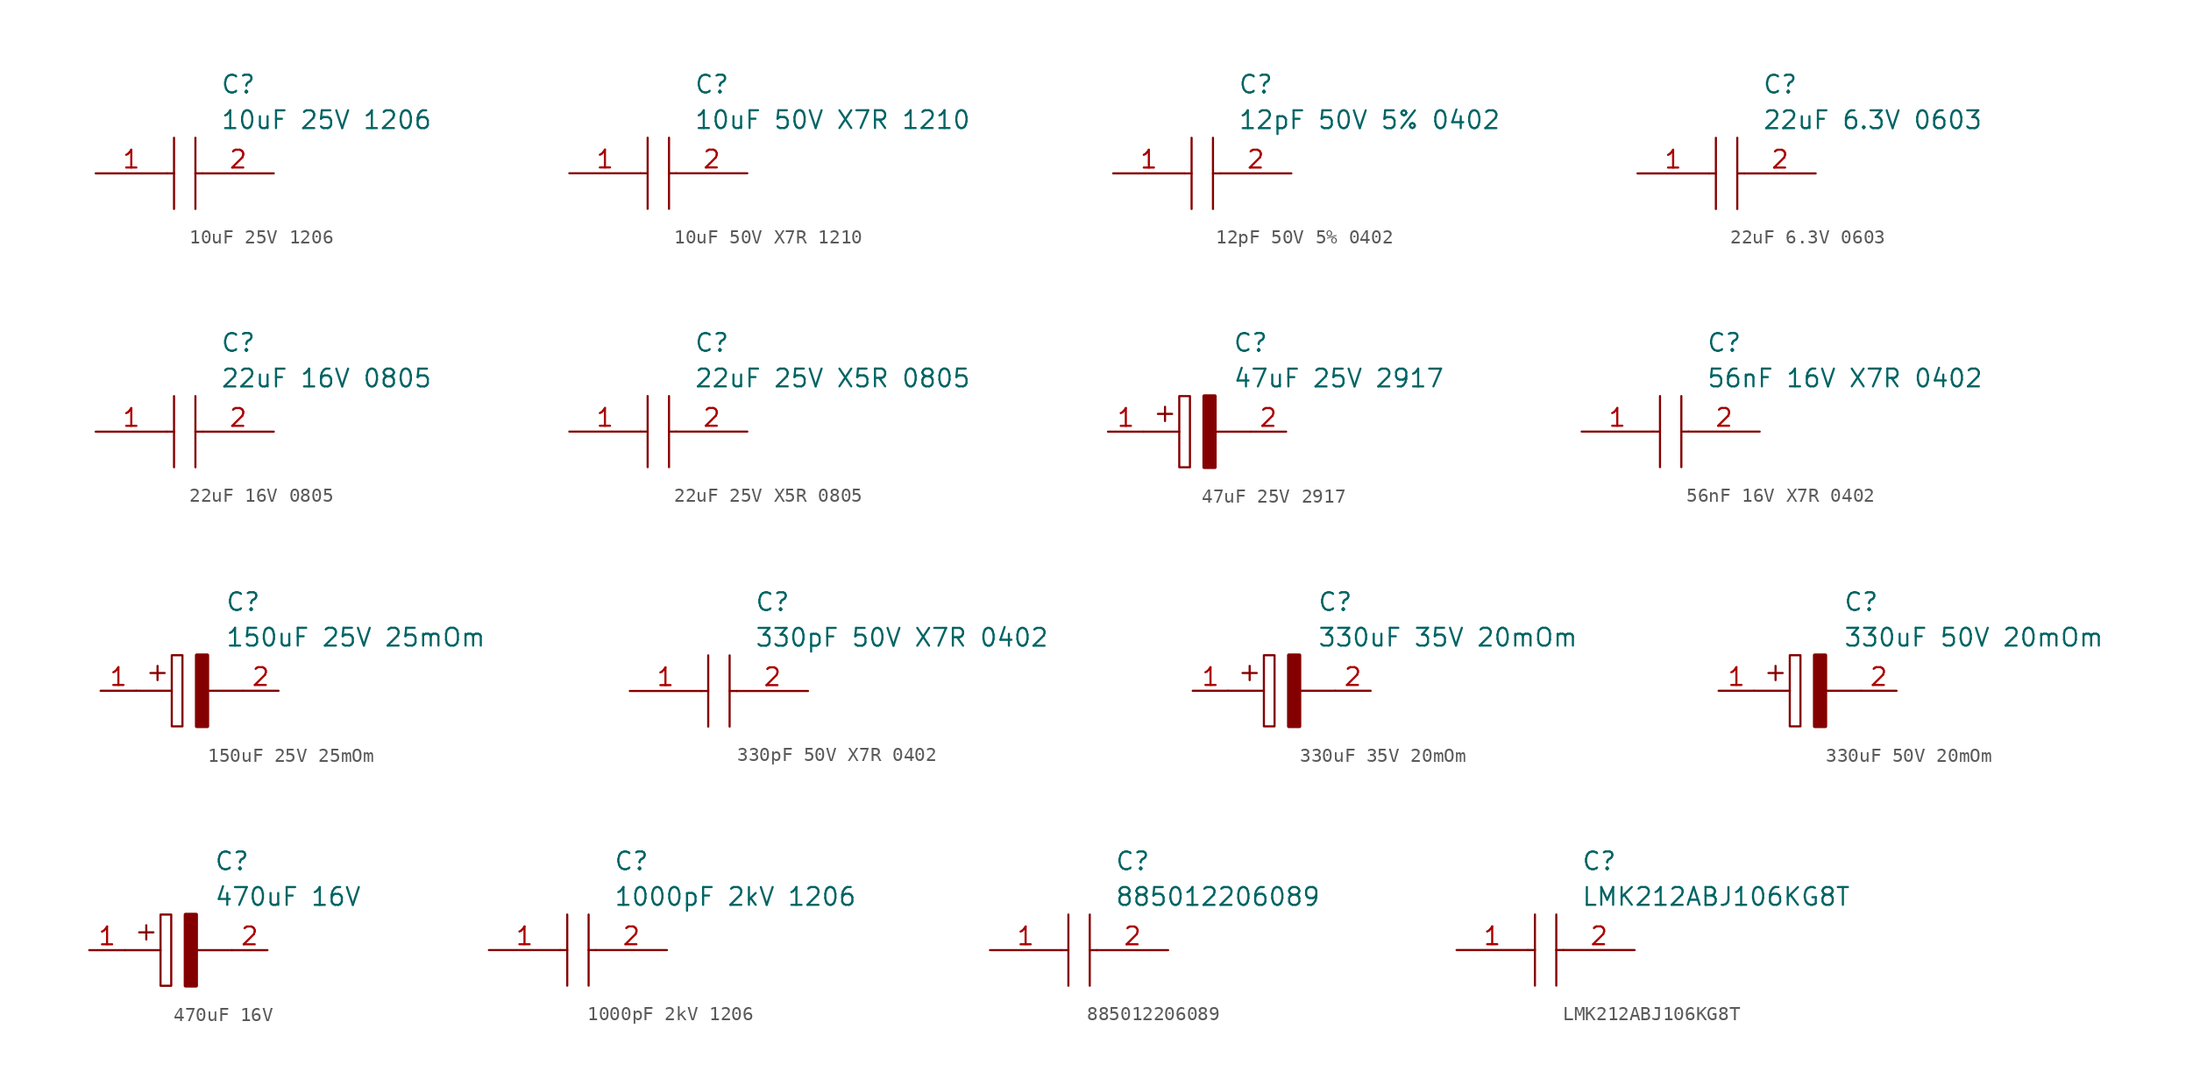
<source format=kicad_sym>
(kicad_symbol_lib
  (version 20211014)
  (generator kicad_symbol_editor)
  (symbol "10uF 25V 1206"
    (pin_names
      (offset 0.762))
    (property "Reference" "C"
      (at 8.89 6.35 0)
      (effects (font (size 1.27 1.27)) (justify left)))
    (property "Value" "10uF 25V 1206"
      (at 8.89 3.81 0)
      (effects (font (size 1.27 1.27)) (justify left)))
    (symbol "10uF 25V 1206_0_0"
      (pin passive line (at 0 0 0) (length 5.08) (name "~" (effects (font (size 1.27 1.27)))) (number "1" (effects (font (size 1.27 1.27)))))
      (pin passive line (at 12.7 0 180) (length 5.08) (name "~" (effects (font (size 1.27 1.27)))) (number "2" (effects (font (size 1.27 1.27))))))
    (symbol "10uF 25V 1206_0_1"
      (polyline (pts (xy 5.08 0) (xy 5.588 0)) (stroke (width 0.152) (type default) (color 0 0 0 0)) (fill (type none)))
      (polyline (pts (xy 5.588 2.54) (xy 5.588 -2.54)) (stroke (width 0.152) (type default) (color 0 0 0 0)) (fill (type none)))
      (polyline (pts (xy 7.112 0) (xy 7.62 0)) (stroke (width 0.152) (type default) (color 0 0 0 0)) (fill (type none)))
      (polyline (pts (xy 7.112 2.54) (xy 7.112 -2.54)) (stroke (width 0.152) (type default) (color 0 0 0 0)) (fill (type none)))))
  (symbol "10uF 50V X7R 1210"
    (pin_names
      (offset 0.762))
    (property "Reference" "C"
      (at 8.89 6.35 0)
      (effects (font (size 1.27 1.27)) (justify left)))
    (property "Value" "10uF 50V X7R 1210"
      (at 8.89 3.81 0)
      (effects (font (size 1.27 1.27)) (justify left)))
    (symbol "10uF 50V X7R 1210_0_0"
      (pin passive line (at 0 0 0) (length 5.08) (name "~" (effects (font (size 1.27 1.27)))) (number "1" (effects (font (size 1.27 1.27)))))
      (pin passive line (at 12.7 0 180) (length 5.08) (name "~" (effects (font (size 1.27 1.27)))) (number "2" (effects (font (size 1.27 1.27))))))
    (symbol "10uF 50V X7R 1210_0_1"
      (polyline (pts (xy 5.08 0) (xy 5.588 0)) (stroke (width 0.152) (type default) (color 0 0 0 0)) (fill (type none)))
      (polyline (pts (xy 5.588 2.54) (xy 5.588 -2.54)) (stroke (width 0.152) (type default) (color 0 0 0 0)) (fill (type none)))
      (polyline (pts (xy 7.112 0) (xy 7.62 0)) (stroke (width 0.152) (type default) (color 0 0 0 0)) (fill (type none)))
      (polyline (pts (xy 7.112 2.54) (xy 7.112 -2.54)) (stroke (width 0.152) (type default) (color 0 0 0 0)) (fill (type none)))))
  (symbol "12pF 50V 5% 0402"
    (pin_names
      (offset 0.762))
    (property "Reference" "C"
      (at 8.89 6.35 0)
      (effects (font (size 1.27 1.27)) (justify left)))
    (property "Value" "12pF 50V 5% 0402"
      (at 8.89 3.81 0)
      (effects (font (size 1.27 1.27)) (justify left)))
    (symbol "12pF 50V 5% 0402_0_0"
      (pin passive line (at 0 0 0) (length 5.08) (name "~" (effects (font (size 1.27 1.27)))) (number "1" (effects (font (size 1.27 1.27)))))
      (pin passive line (at 12.7 0 180) (length 5.08) (name "~" (effects (font (size 1.27 1.27)))) (number "2" (effects (font (size 1.27 1.27))))))
    (symbol "12pF 50V 5% 0402_0_1"
      (polyline (pts (xy 5.08 0) (xy 5.588 0)) (stroke (width 0.152) (type default) (color 0 0 0 0)) (fill (type none)))
      (polyline (pts (xy 5.588 2.54) (xy 5.588 -2.54)) (stroke (width 0.152) (type default) (color 0 0 0 0)) (fill (type none)))
      (polyline (pts (xy 7.112 0) (xy 7.62 0)) (stroke (width 0.152) (type default) (color 0 0 0 0)) (fill (type none)))
      (polyline (pts (xy 7.112 2.54) (xy 7.112 -2.54)) (stroke (width 0.152) (type default) (color 0 0 0 0)) (fill (type none)))))
  (symbol "22uF 6.3V 0603"
    (pin_names
      (offset 0.762))
    (property "Reference" "C"
      (at 8.89 6.35 0)
      (effects (font (size 1.27 1.27)) (justify left)))
    (property "Value" "22uF 6.3V 0603"
      (at 8.89 3.81 0)
      (effects (font (size 1.27 1.27)) (justify left)))
    (symbol "22uF 6.3V 0603_0_0"
      (pin passive line (at 0 0 0) (length 5.08) (name "~" (effects (font (size 1.27 1.27)))) (number "1" (effects (font (size 1.27 1.27)))))
      (pin passive line (at 12.7 0 180) (length 5.08) (name "~" (effects (font (size 1.27 1.27)))) (number "2" (effects (font (size 1.27 1.27))))))
    (symbol "22uF 6.3V 0603_0_1"
      (polyline (pts (xy 5.08 0) (xy 5.588 0)) (stroke (width 0.152) (type default) (color 0 0 0 0)) (fill (type none)))
      (polyline (pts (xy 5.588 2.54) (xy 5.588 -2.54)) (stroke (width 0.152) (type default) (color 0 0 0 0)) (fill (type none)))
      (polyline (pts (xy 7.112 0) (xy 7.62 0)) (stroke (width 0.152) (type default) (color 0 0 0 0)) (fill (type none)))
      (polyline (pts (xy 7.112 2.54) (xy 7.112 -2.54)) (stroke (width 0.152) (type default) (color 0 0 0 0)) (fill (type none)))))
  (symbol "22uF 16V 0805"
    (pin_names
      (offset 0.762))
    (property "Reference" "C"
      (at 8.89 6.35 0)
      (effects (font (size 1.27 1.27)) (justify left)))
    (property "Value" "22uF 16V 0805"
      (at 8.89 3.81 0)
      (effects (font (size 1.27 1.27)) (justify left)))
    (symbol "22uF 16V 0805_0_0"
      (pin passive line (at 0 0 0) (length 5.08) (name "~" (effects (font (size 1.27 1.27)))) (number "1" (effects (font (size 1.27 1.27)))))
      (pin passive line (at 12.7 0 180) (length 5.08) (name "~" (effects (font (size 1.27 1.27)))) (number "2" (effects (font (size 1.27 1.27))))))
    (symbol "22uF 16V 0805_0_1"
      (polyline (pts (xy 5.08 0) (xy 5.588 0)) (stroke (width 0.152) (type default) (color 0 0 0 0)) (fill (type none)))
      (polyline (pts (xy 5.588 2.54) (xy 5.588 -2.54)) (stroke (width 0.152) (type default) (color 0 0 0 0)) (fill (type none)))
      (polyline (pts (xy 7.112 0) (xy 7.62 0)) (stroke (width 0.152) (type default) (color 0 0 0 0)) (fill (type none)))
      (polyline (pts (xy 7.112 2.54) (xy 7.112 -2.54)) (stroke (width 0.152) (type default) (color 0 0 0 0)) (fill (type none)))))
  (symbol "22uF 25V X5R 0805"
    (pin_names
      (offset 0.762))
    (property "Reference" "C"
      (at 8.89 6.35 0)
      (effects (font (size 1.27 1.27)) (justify left)))
    (property "Value" "22uF 25V X5R 0805"
      (at 8.89 3.81 0)
      (effects (font (size 1.27 1.27)) (justify left)))
    (symbol "22uF 25V X5R 0805_0_0"
      (pin passive line (at 0 0 0) (length 5.08) (name "~" (effects (font (size 1.27 1.27)))) (number "1" (effects (font (size 1.27 1.27)))))
      (pin passive line (at 12.7 0 180) (length 5.08) (name "~" (effects (font (size 1.27 1.27)))) (number "2" (effects (font (size 1.27 1.27))))))
    (symbol "22uF 25V X5R 0805_0_1"
      (polyline (pts (xy 5.08 0) (xy 5.588 0)) (stroke (width 0.152) (type default) (color 0 0 0 0)) (fill (type none)))
      (polyline (pts (xy 5.588 2.54) (xy 5.588 -2.54)) (stroke (width 0.152) (type default) (color 0 0 0 0)) (fill (type none)))
      (polyline (pts (xy 7.112 0) (xy 7.62 0)) (stroke (width 0.152) (type default) (color 0 0 0 0)) (fill (type none)))
      (polyline (pts (xy 7.112 2.54) (xy 7.112 -2.54)) (stroke (width 0.152) (type default) (color 0 0 0 0)) (fill (type none)))))
  (symbol "47uF 25V 2917"
    (pin_names
      (offset 0.762))
    (property "Reference" "C"
      (at 8.89 6.35 0)
      (effects (font (size 1.27 1.27)) (justify left)))
    (property "Value" "47uF 25V 2917"
      (at 8.89 3.81 0)
      (effects (font (size 1.27 1.27)) (justify left)))
    (symbol "47uF 25V 2917_0_0"
      (pin passive line (at 0 0 0) (length 2.54) (name "~" (effects (font (size 1.27 1.27)))) (number "1" (effects (font (size 1.27 1.27)))))
      (pin passive line (at 12.7 0 180) (length 2.54) (name "~" (effects (font (size 1.27 1.27)))) (number "2" (effects (font (size 1.27 1.27))))))
    (symbol "47uF 25V 2917_0_1"
      (polyline (pts (xy 2.54 0) (xy 5.08 0)) (stroke (width 0.152) (type default) (color 0 0 0 0)) (fill (type none)))
      (polyline (pts (xy 4.064 1.778) (xy 4.064 0.762)) (stroke (width 0.152) (type default) (color 0 0 0 0)) (fill (type none)))
      (polyline (pts (xy 4.572 1.27) (xy 3.556 1.27)) (stroke (width 0.152) (type default) (color 0 0 0 0)) (fill (type none)))
      (polyline (pts (xy 7.62 0) (xy 10.16 0)) (stroke (width 0.152) (type default) (color 0 0 0 0)) (fill (type none)))
      (polyline (pts (xy 5.08 2.54) (xy 5.08 -2.54) (xy 5.842 -2.54) (xy 5.842 2.54) (xy 5.08 2.54)) (stroke (width 0.152) (type default) (color 0 0 0 0)) (fill (type none)))
      (polyline (pts (xy 7.62 2.54) (xy 7.62 -2.54) (xy 6.858 -2.54) (xy 6.858 2.54) (xy 7.62 2.54)) (stroke (width 0.254) (type default) (color 0 0 0 0)) (fill (type outline)))))
  (symbol "56nF 16V X7R 0402"
    (pin_names
      (offset 0.762))
    (property "Reference" "C"
      (at 8.89 6.35 0)
      (effects (font (size 1.27 1.27)) (justify left)))
    (property "Value" "56nF 16V X7R 0402"
      (at 8.89 3.81 0)
      (effects (font (size 1.27 1.27)) (justify left)))
    (symbol "56nF 16V X7R 0402_0_0"
      (pin passive line (at 0 0 0) (length 5.08) (name "~" (effects (font (size 1.27 1.27)))) (number "1" (effects (font (size 1.27 1.27)))))
      (pin passive line (at 12.7 0 180) (length 5.08) (name "~" (effects (font (size 1.27 1.27)))) (number "2" (effects (font (size 1.27 1.27))))))
    (symbol "56nF 16V X7R 0402_0_1"
      (polyline (pts (xy 5.08 0) (xy 5.588 0)) (stroke (width 0.152) (type default) (color 0 0 0 0)) (fill (type none)))
      (polyline (pts (xy 5.588 2.54) (xy 5.588 -2.54)) (stroke (width 0.152) (type default) (color 0 0 0 0)) (fill (type none)))
      (polyline (pts (xy 7.112 0) (xy 7.62 0)) (stroke (width 0.152) (type default) (color 0 0 0 0)) (fill (type none)))
      (polyline (pts (xy 7.112 2.54) (xy 7.112 -2.54)) (stroke (width 0.152) (type default) (color 0 0 0 0)) (fill (type none)))))
  (symbol "150uF 25V 25mOm"
    (pin_names
      (offset 0.762))
    (property "Reference" "C"
      (at 8.89 6.35 0)
      (effects (font (size 1.27 1.27)) (justify left)))
    (property "Value" "150uF 25V 25mOm"
      (at 8.89 3.81 0)
      (effects (font (size 1.27 1.27)) (justify left)))
    (symbol "150uF 25V 25mOm_0_0"
      (pin passive line (at 0 0 0) (length 2.54) (name "~" (effects (font (size 1.27 1.27)))) (number "1" (effects (font (size 1.27 1.27)))))
      (pin passive line (at 12.7 0 180) (length 2.54) (name "~" (effects (font (size 1.27 1.27)))) (number "2" (effects (font (size 1.27 1.27))))))
    (symbol "150uF 25V 25mOm_0_1"
      (polyline (pts (xy 2.54 0) (xy 5.08 0)) (stroke (width 0.152) (type default) (color 0 0 0 0)) (fill (type none)))
      (polyline (pts (xy 4.064 1.778) (xy 4.064 0.762)) (stroke (width 0.152) (type default) (color 0 0 0 0)) (fill (type none)))
      (polyline (pts (xy 4.572 1.27) (xy 3.556 1.27)) (stroke (width 0.152) (type default) (color 0 0 0 0)) (fill (type none)))
      (polyline (pts (xy 7.62 0) (xy 10.16 0)) (stroke (width 0.152) (type default) (color 0 0 0 0)) (fill (type none)))
      (polyline (pts (xy 5.08 2.54) (xy 5.08 -2.54) (xy 5.842 -2.54) (xy 5.842 2.54) (xy 5.08 2.54)) (stroke (width 0.152) (type default) (color 0 0 0 0)) (fill (type none)))
      (polyline (pts (xy 7.62 2.54) (xy 7.62 -2.54) (xy 6.858 -2.54) (xy 6.858 2.54) (xy 7.62 2.54)) (stroke (width 0.254) (type default) (color 0 0 0 0)) (fill (type outline)))))
  (symbol "330pF 50V X7R 0402"
    (pin_names
      (offset 0.762))
    (property "Reference" "C"
      (at 8.89 6.35 0)
      (effects (font (size 1.27 1.27)) (justify left)))
    (property "Value" "330pF 50V X7R 0402"
      (at 8.89 3.81 0)
      (effects (font (size 1.27 1.27)) (justify left)))
    (symbol "330pF 50V X7R 0402_0_0"
      (pin passive line (at 0 0 0) (length 5.08) (name "~" (effects (font (size 1.27 1.27)))) (number "1" (effects (font (size 1.27 1.27)))))
      (pin passive line (at 12.7 0 180) (length 5.08) (name "~" (effects (font (size 1.27 1.27)))) (number "2" (effects (font (size 1.27 1.27))))))
    (symbol "330pF 50V X7R 0402_0_1"
      (polyline (pts (xy 5.08 0) (xy 5.588 0)) (stroke (width 0.152) (type default) (color 0 0 0 0)) (fill (type none)))
      (polyline (pts (xy 5.588 2.54) (xy 5.588 -2.54)) (stroke (width 0.152) (type default) (color 0 0 0 0)) (fill (type none)))
      (polyline (pts (xy 7.112 0) (xy 7.62 0)) (stroke (width 0.152) (type default) (color 0 0 0 0)) (fill (type none)))
      (polyline (pts (xy 7.112 2.54) (xy 7.112 -2.54)) (stroke (width 0.152) (type default) (color 0 0 0 0)) (fill (type none)))))
  (symbol "330uF 35V 20mOm"
    (pin_names
      (offset 0.762))
    (property "Reference" "C"
      (at 8.89 6.35 0)
      (effects (font (size 1.27 1.27)) (justify left)))
    (property "Value" "330uF 35V 20mOm"
      (at 8.89 3.81 0)
      (effects (font (size 1.27 1.27)) (justify left)))
    (symbol "330uF 35V 20mOm_0_0"
      (pin passive line (at 0 0 0) (length 2.54) (name "~" (effects (font (size 1.27 1.27)))) (number "1" (effects (font (size 1.27 1.27)))))
      (pin passive line (at 12.7 0 180) (length 2.54) (name "~" (effects (font (size 1.27 1.27)))) (number "2" (effects (font (size 1.27 1.27))))))
    (symbol "330uF 35V 20mOm_0_1"
      (polyline (pts (xy 2.54 0) (xy 5.08 0)) (stroke (width 0.152) (type default) (color 0 0 0 0)) (fill (type none)))
      (polyline (pts (xy 4.064 1.778) (xy 4.064 0.762)) (stroke (width 0.152) (type default) (color 0 0 0 0)) (fill (type none)))
      (polyline (pts (xy 4.572 1.27) (xy 3.556 1.27)) (stroke (width 0.152) (type default) (color 0 0 0 0)) (fill (type none)))
      (polyline (pts (xy 7.62 0) (xy 10.16 0)) (stroke (width 0.152) (type default) (color 0 0 0 0)) (fill (type none)))
      (polyline (pts (xy 5.08 2.54) (xy 5.08 -2.54) (xy 5.842 -2.54) (xy 5.842 2.54) (xy 5.08 2.54)) (stroke (width 0.152) (type default) (color 0 0 0 0)) (fill (type none)))
      (polyline (pts (xy 7.62 2.54) (xy 7.62 -2.54) (xy 6.858 -2.54) (xy 6.858 2.54) (xy 7.62 2.54)) (stroke (width 0.254) (type default) (color 0 0 0 0)) (fill (type outline)))))
  (symbol "330uF 50V 20mOm"
    (pin_names
      (offset 0.762))
    (property "Reference" "C"
      (at 8.89 6.35 0)
      (effects (font (size 1.27 1.27)) (justify left)))
    (property "Value" "330uF 50V 20mOm"
      (at 8.89 3.81 0)
      (effects (font (size 1.27 1.27)) (justify left)))
    (symbol "330uF 50V 20mOm_0_0"
      (pin passive line (at 0 0 0) (length 2.54) (name "~" (effects (font (size 1.27 1.27)))) (number "1" (effects (font (size 1.27 1.27)))))
      (pin passive line (at 12.7 0 180) (length 2.54) (name "~" (effects (font (size 1.27 1.27)))) (number "2" (effects (font (size 1.27 1.27))))))
    (symbol "330uF 50V 20mOm_0_1"
      (polyline (pts (xy 2.54 0) (xy 5.08 0)) (stroke (width 0.152) (type default) (color 0 0 0 0)) (fill (type none)))
      (polyline (pts (xy 4.064 1.778) (xy 4.064 0.762)) (stroke (width 0.152) (type default) (color 0 0 0 0)) (fill (type none)))
      (polyline (pts (xy 4.572 1.27) (xy 3.556 1.27)) (stroke (width 0.152) (type default) (color 0 0 0 0)) (fill (type none)))
      (polyline (pts (xy 7.62 0) (xy 10.16 0)) (stroke (width 0.152) (type default) (color 0 0 0 0)) (fill (type none)))
      (polyline (pts (xy 5.08 2.54) (xy 5.08 -2.54) (xy 5.842 -2.54) (xy 5.842 2.54) (xy 5.08 2.54)) (stroke (width 0.152) (type default) (color 0 0 0 0)) (fill (type none)))
      (polyline (pts (xy 7.62 2.54) (xy 7.62 -2.54) (xy 6.858 -2.54) (xy 6.858 2.54) (xy 7.62 2.54)) (stroke (width 0.254) (type default) (color 0 0 0 0)) (fill (type outline)))))
  (symbol "470uF 16V"
    (pin_names
      (offset 0.762))
    (property "Reference" "C"
      (at 8.89 6.35 0)
      (effects (font (size 1.27 1.27)) (justify left)))
    (property "Value" "470uF 16V"
      (at 8.89 3.81 0)
      (effects (font (size 1.27 1.27)) (justify left)))
    (symbol "470uF 16V_0_0"
      (pin passive line (at 0 0 0) (length 2.54) (name "~" (effects (font (size 1.27 1.27)))) (number "1" (effects (font (size 1.27 1.27)))))
      (pin passive line (at 12.7 0 180) (length 2.54) (name "~" (effects (font (size 1.27 1.27)))) (number "2" (effects (font (size 1.27 1.27))))))
    (symbol "470uF 16V_0_1"
      (polyline (pts (xy 2.54 0) (xy 5.08 0)) (stroke (width 0.152) (type default) (color 0 0 0 0)) (fill (type none)))
      (polyline (pts (xy 4.064 1.778) (xy 4.064 0.762)) (stroke (width 0.152) (type default) (color 0 0 0 0)) (fill (type none)))
      (polyline (pts (xy 4.572 1.27) (xy 3.556 1.27)) (stroke (width 0.152) (type default) (color 0 0 0 0)) (fill (type none)))
      (polyline (pts (xy 7.62 0) (xy 10.16 0)) (stroke (width 0.152) (type default) (color 0 0 0 0)) (fill (type none)))
      (polyline (pts (xy 5.08 2.54) (xy 5.08 -2.54) (xy 5.842 -2.54) (xy 5.842 2.54) (xy 5.08 2.54)) (stroke (width 0.152) (type default) (color 0 0 0 0)) (fill (type none)))
      (polyline (pts (xy 7.62 2.54) (xy 7.62 -2.54) (xy 6.858 -2.54) (xy 6.858 2.54) (xy 7.62 2.54)) (stroke (width 0.254) (type default) (color 0 0 0 0)) (fill (type outline)))))
  (symbol "1000pF 2kV 1206"
    (pin_names
      (offset 0.762))
    (property "Reference" "C"
      (at 8.89 6.35 0)
      (effects (font (size 1.27 1.27)) (justify left)))
    (property "Value" "1000pF 2kV 1206"
      (at 8.89 3.81 0)
      (effects (font (size 1.27 1.27)) (justify left)))
    (symbol "1000pF 2kV 1206_0_0"
      (pin passive line (at 0 0 0) (length 5.08) (name "~" (effects (font (size 1.27 1.27)))) (number "1" (effects (font (size 1.27 1.27)))))
      (pin passive line (at 12.7 0 180) (length 5.08) (name "~" (effects (font (size 1.27 1.27)))) (number "2" (effects (font (size 1.27 1.27))))))
    (symbol "1000pF 2kV 1206_0_1"
      (polyline (pts (xy 5.08 0) (xy 5.588 0)) (stroke (width 0.152) (type default) (color 0 0 0 0)) (fill (type none)))
      (polyline (pts (xy 5.588 2.54) (xy 5.588 -2.54)) (stroke (width 0.152) (type default) (color 0 0 0 0)) (fill (type none)))
      (polyline (pts (xy 7.112 0) (xy 7.62 0)) (stroke (width 0.152) (type default) (color 0 0 0 0)) (fill (type none)))
      (polyline (pts (xy 7.112 2.54) (xy 7.112 -2.54)) (stroke (width 0.152) (type default) (color 0 0 0 0)) (fill (type none)))))
  (symbol "885012206089"
    (pin_names
      (offset 0.762))
    (property "Reference" "C"
      (at 8.89 6.35 0)
      (effects (font (size 1.27 1.27)) (justify left)))
    (property "Value" "885012206089"
      (at 8.89 3.81 0)
      (effects (font (size 1.27 1.27)) (justify left)))
    (symbol "885012206089_0_0"
      (pin passive line (at 0 0 0) (length 5.08) (name "~" (effects (font (size 1.27 1.27)))) (number "1" (effects (font (size 1.27 1.27)))))
      (pin passive line (at 12.7 0 180) (length 5.08) (name "~" (effects (font (size 1.27 1.27)))) (number "2" (effects (font (size 1.27 1.27))))))
    (symbol "885012206089_0_1"
      (polyline (pts (xy 5.08 0) (xy 5.588 0)) (stroke (width 0.152) (type default) (color 0 0 0 0)) (fill (type none)))
      (polyline (pts (xy 5.588 2.54) (xy 5.588 -2.54)) (stroke (width 0.152) (type default) (color 0 0 0 0)) (fill (type none)))
      (polyline (pts (xy 7.112 0) (xy 7.62 0)) (stroke (width 0.152) (type default) (color 0 0 0 0)) (fill (type none)))
      (polyline (pts (xy 7.112 2.54) (xy 7.112 -2.54)) (stroke (width 0.152) (type default) (color 0 0 0 0)) (fill (type none)))))
  (symbol "LMK212ABJ106KG8T"
    (pin_names
      (offset 0.762))
    (property "Reference" "C"
      (at 8.89 6.35 0)
      (effects (font (size 1.27 1.27)) (justify left)))
    (property "Value" "LMK212ABJ106KG8T"
      (at 8.89 3.81 0)
      (effects (font (size 1.27 1.27)) (justify left)))
    (symbol "LMK212ABJ106KG8T_0_0"
      (pin passive line (at 0 0 0) (length 5.08) (name "~" (effects (font (size 1.27 1.27)))) (number "1" (effects (font (size 1.27 1.27)))))
      (pin passive line (at 12.7 0 180) (length 5.08) (name "~" (effects (font (size 1.27 1.27)))) (number "2" (effects (font (size 1.27 1.27))))))
    (symbol "LMK212ABJ106KG8T_0_1"
      (polyline (pts (xy 5.08 0) (xy 5.588 0)) (stroke (width 0.152) (type default) (color 0 0 0 0)) (fill (type none)))
      (polyline (pts (xy 5.588 2.54) (xy 5.588 -2.54)) (stroke (width 0.152) (type default) (color 0 0 0 0)) (fill (type none)))
      (polyline (pts (xy 7.112 0) (xy 7.62 0)) (stroke (width 0.152) (type default) (color 0 0 0 0)) (fill (type none)))
      (polyline (pts (xy 7.112 2.54) (xy 7.112 -2.54)) (stroke (width 0.152) (type default) (color 0 0 0 0)) (fill (type none))))))
</source>
